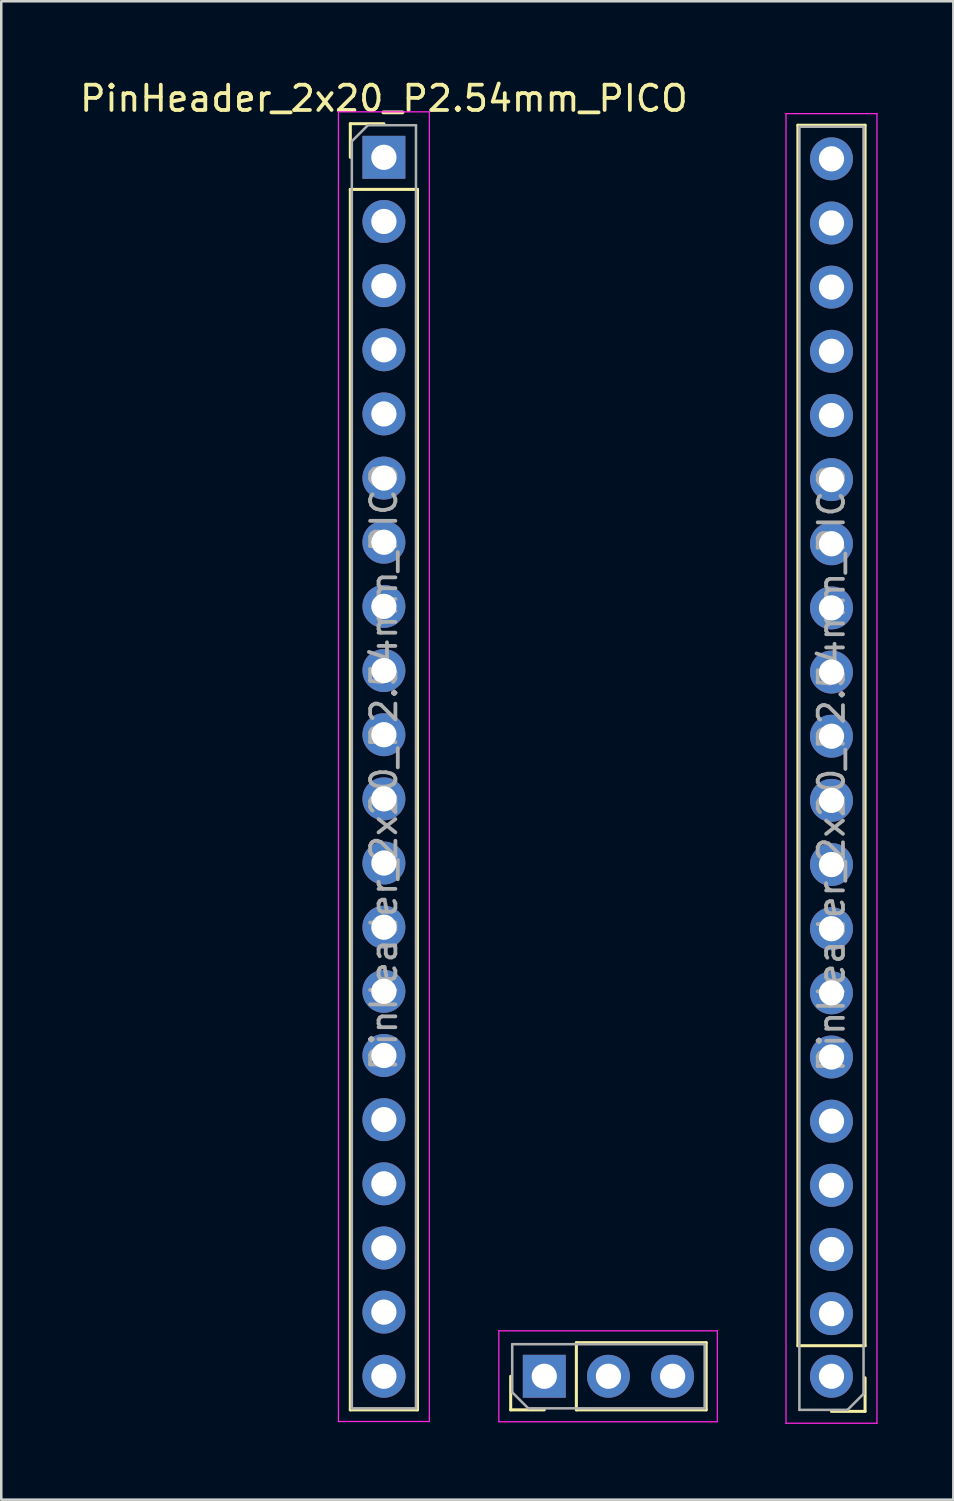
<source format=kicad_pcb>
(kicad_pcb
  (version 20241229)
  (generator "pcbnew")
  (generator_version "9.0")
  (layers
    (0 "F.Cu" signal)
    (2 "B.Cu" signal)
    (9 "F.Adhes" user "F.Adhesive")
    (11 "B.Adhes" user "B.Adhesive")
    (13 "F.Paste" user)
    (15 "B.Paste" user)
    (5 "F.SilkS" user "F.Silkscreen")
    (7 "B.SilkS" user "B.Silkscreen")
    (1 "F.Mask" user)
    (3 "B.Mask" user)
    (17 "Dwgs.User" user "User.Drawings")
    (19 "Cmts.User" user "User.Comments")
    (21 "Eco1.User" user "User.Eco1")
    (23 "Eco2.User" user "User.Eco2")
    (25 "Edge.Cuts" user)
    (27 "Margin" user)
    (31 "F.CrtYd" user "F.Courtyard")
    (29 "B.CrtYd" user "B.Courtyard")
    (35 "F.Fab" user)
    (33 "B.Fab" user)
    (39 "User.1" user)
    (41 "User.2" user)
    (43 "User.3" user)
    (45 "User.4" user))
  (footprint "PinHeader_2x20_P2.54mm_PICO"
    (layer "F.Cu")
    (at 12.149 3.178)
    (property "Reference" "PinHeader_2x20_P2.54mm_PICO" (at 0 -2.33 0) (layer "F.SilkS") (effects (font (size 1 1) (thickness 0.15))))
    (attr through_hole)
    (fp_line (start -1.33 -1.33) (end 0 -1.33) (stroke (width 0.12) (type solid)) (layer "F.SilkS"))
    (fp_line (start -1.33 0) (end -1.33 -1.33) (stroke (width 0.12) (type solid)) (layer "F.SilkS"))
    (fp_line (start -1.33 1.27) (end -1.33 49.59) (stroke (width 0.12) (type solid)) (layer "F.SilkS"))
    (fp_line (start -1.33 1.27) (end 1.33 1.27) (stroke (width 0.12) (type solid)) (layer "F.SilkS"))
    (fp_line (start -1.33 49.59) (end 1.33 49.59) (stroke (width 0.12) (type solid)) (layer "F.SilkS"))
    (fp_line (start 1.33 1.27) (end 1.33 49.59) (stroke (width 0.12) (type solid)) (layer "F.SilkS"))
    (fp_line (start 5.02 49.59) (end 5.02 48.26) (stroke (width 0.12) (type solid)) (layer "F.SilkS"))
    (fp_line (start 6.35 49.59) (end 5.02 49.59) (stroke (width 0.12) (type solid)) (layer "F.SilkS"))
    (fp_line (start 7.62 46.93) (end 12.76 46.93) (stroke (width 0.12) (type solid)) (layer "F.SilkS"))
    (fp_line (start 7.62 49.59) (end 7.62 46.93) (stroke (width 0.12) (type solid)) (layer "F.SilkS"))
    (fp_line (start 7.62 49.59) (end 12.76 49.59) (stroke (width 0.12) (type solid)) (layer "F.SilkS"))
    (fp_line (start 12.76 49.59) (end 12.76 46.93) (stroke (width 0.12) (type solid)) (layer "F.SilkS"))
    (fp_line (start 16.39 47.05) (end 16.39 -1.27) (stroke (width 0.12) (type solid)) (layer "F.SilkS"))
    (fp_line (start 19.05 -1.27) (end 16.39 -1.27) (stroke (width 0.12) (type solid)) (layer "F.SilkS"))
    (fp_line (start 19.05 47.05) (end 16.39 47.05) (stroke (width 0.12) (type solid)) (layer "F.SilkS"))
    (fp_line (start 19.05 47.05) (end 19.05 -1.27) (stroke (width 0.12) (type solid)) (layer "F.SilkS"))
    (fp_line (start 19.05 48.32) (end 19.05 49.65) (stroke (width 0.12) (type solid)) (layer "F.SilkS"))
    (fp_line (start 19.05 49.65) (end 17.72 49.65) (stroke (width 0.12) (type solid)) (layer "F.SilkS"))
    (fp_line (start -1.8 -1.8) (end -1.8 50.05) (stroke (width 0.05) (type solid)) (layer "F.CrtYd"))
    (fp_line (start -1.8 50.05) (end 1.8 50.05) (stroke (width 0.05) (type solid)) (layer "F.CrtYd"))
    (fp_line (start 1.8 -1.8) (end -1.8 -1.8) (stroke (width 0.05) (type solid)) (layer "F.CrtYd"))
    (fp_line (start 1.8 50.05) (end 1.8 -1.8) (stroke (width 0.05) (type solid)) (layer "F.CrtYd"))
    (fp_line (start 4.55 46.46) (end 4.55 50.06) (stroke (width 0.05) (type solid)) (layer "F.CrtYd"))
    (fp_line (start 4.55 50.06) (end 13.2 50.06) (stroke (width 0.05) (type solid)) (layer "F.CrtYd"))
    (fp_line (start 13.2 46.46) (end 4.55 46.46) (stroke (width 0.05) (type solid)) (layer "F.CrtYd"))
    (fp_line (start 13.2 50.06) (end 13.2 46.46) (stroke (width 0.05) (type solid)) (layer "F.CrtYd"))
    (fp_line (start 15.92 -1.73) (end 15.92 50.12) (stroke (width 0.05) (type solid)) (layer "F.CrtYd"))
    (fp_line (start 15.92 50.12) (end 19.52 50.12) (stroke (width 0.05) (type solid)) (layer "F.CrtYd"))
    (fp_line (start 19.52 -1.73) (end 15.92 -1.73) (stroke (width 0.05) (type solid)) (layer "F.CrtYd"))
    (fp_line (start 19.52 50.12) (end 19.52 -1.73) (stroke (width 0.05) (type solid)) (layer "F.CrtYd"))
    (fp_line (start -1.27 -0.635) (end -0.635 -1.27) (stroke (width 0.1) (type solid)) (layer "F.Fab"))
    (fp_line (start -1.27 49.53) (end -1.27 -0.635) (stroke (width 0.1) (type solid)) (layer "F.Fab"))
    (fp_line (start -0.635 -1.27) (end 1.27 -1.27) (stroke (width 0.1) (type solid)) (layer "F.Fab"))
    (fp_line (start 1.27 -1.27) (end 1.27 49.53) (stroke (width 0.1) (type solid)) (layer "F.Fab"))
    (fp_line (start 1.27 49.53) (end -1.27 49.53) (stroke (width 0.1) (type solid)) (layer "F.Fab"))
    (fp_line (start 5.08 46.99) (end 12.7 46.99) (stroke (width 0.1) (type solid)) (layer "F.Fab"))
    (fp_line (start 5.08 48.895) (end 5.08 46.99) (stroke (width 0.1) (type solid)) (layer "F.Fab"))
    (fp_line (start 5.715 49.53) (end 5.08 48.895) (stroke (width 0.1) (type solid)) (layer "F.Fab"))
    (fp_line (start 12.7 46.99) (end 12.7 49.53) (stroke (width 0.1) (type solid)) (layer "F.Fab"))
    (fp_line (start 12.7 49.53) (end 5.715 49.53) (stroke (width 0.1) (type solid)) (layer "F.Fab"))
    (fp_line (start 16.45 -1.21) (end 18.99 -1.21) (stroke (width 0.1) (type solid)) (layer "F.Fab"))
    (fp_line (start 16.45 49.59) (end 16.45 -1.21) (stroke (width 0.1) (type solid)) (layer "F.Fab"))
    (fp_line (start 18.355 49.59) (end 16.45 49.59) (stroke (width 0.1) (type solid)) (layer "F.Fab"))
    (fp_line (start 18.99 -1.21) (end 18.99 48.955) (stroke (width 0.1) (type solid)) (layer "F.Fab"))
    (fp_line (start 18.99 48.955) (end 18.355 49.59) (stroke (width 0.1) (type solid)) (layer "F.Fab"))
    (fp_text user "${REFERENCE}" (at 17.72 24.19 270) (layer "F.Fab") (effects (font (size 1 1) (thickness 0.15))))
    (fp_text user "${REFERENCE}" (at 0 24.13 90) (layer "F.Fab") (effects (font (size 1 1) (thickness 0.15))))
    (pad "1" thru_hole rect (at 0 0) (size 1.7 1.7) (drill 1) (layers "*.Cu" "*.Mask"))
    (pad "2" thru_hole oval (at 0 2.54) (size 1.7 1.7) (drill 1) (layers "*.Cu" "*.Mask"))
    (pad "3" thru_hole oval (at 0 5.08) (size 1.7 1.7) (drill 1) (layers "*.Cu" "*.Mask"))
    (pad "4" thru_hole oval (at 0 7.62) (size 1.7 1.7) (drill 1) (layers "*.Cu" "*.Mask"))
    (pad "5" thru_hole oval (at 0 10.16) (size 1.7 1.7) (drill 1) (layers "*.Cu" "*.Mask"))
    (pad "6" thru_hole oval (at 0 12.7) (size 1.7 1.7) (drill 1) (layers "*.Cu" "*.Mask"))
    (pad "7" thru_hole oval (at 0 15.24) (size 1.7 1.7) (drill 1) (layers "*.Cu" "*.Mask"))
    (pad "8" thru_hole oval (at 0 17.78) (size 1.7 1.7) (drill 1) (layers "*.Cu" "*.Mask"))
    (pad "9" thru_hole oval (at 0 20.32) (size 1.7 1.7) (drill 1) (layers "*.Cu" "*.Mask"))
    (pad "10" thru_hole oval (at 0 22.86) (size 1.7 1.7) (drill 1) (layers "*.Cu" "*.Mask"))
    (pad "11" thru_hole oval (at 0 25.4) (size 1.7 1.7) (drill 1) (layers "*.Cu" "*.Mask"))
    (pad "12" thru_hole oval (at 0 27.94) (size 1.7 1.7) (drill 1) (layers "*.Cu" "*.Mask"))
    (pad "13" thru_hole oval (at 0 30.48) (size 1.7 1.7) (drill 1) (layers "*.Cu" "*.Mask"))
    (pad "14" thru_hole oval (at 0 33.02) (size 1.7 1.7) (drill 1) (layers "*.Cu" "*.Mask"))
    (pad "15" thru_hole oval (at 0 35.56) (size 1.7 1.7) (drill 1) (layers "*.Cu" "*.Mask"))
    (pad "16" thru_hole oval (at 0 38.1) (size 1.7 1.7) (drill 1) (layers "*.Cu" "*.Mask"))
    (pad "17" thru_hole oval (at 0 40.64) (size 1.7 1.7) (drill 1) (layers "*.Cu" "*.Mask"))
    (pad "18" thru_hole oval (at 0 43.18) (size 1.7 1.7) (drill 1) (layers "*.Cu" "*.Mask"))
    (pad "19" thru_hole oval (at 0 45.72) (size 1.7 1.7) (drill 1) (layers "*.Cu" "*.Mask"))
    (pad "20" thru_hole oval (at 0 48.26) (size 1.7 1.7) (drill 1) (layers "*.Cu" "*.Mask"))
    (pad "21" thru_hole oval (at 17.72 48.26 180) (size 1.7 1.7) (drill 1) (layers "*.Cu" "*.Mask"))
    (pad "22" thru_hole oval (at 17.72 45.78 180) (size 1.7 1.7) (drill 1) (layers "*.Cu" "*.Mask"))
    (pad "23" thru_hole oval (at 17.72 43.24 180) (size 1.7 1.7) (drill 1) (layers "*.Cu" "*.Mask"))
    (pad "24" thru_hole oval (at 17.72 40.7 180) (size 1.7 1.7) (drill 1) (layers "*.Cu" "*.Mask"))
    (pad "25" thru_hole oval (at 17.72 38.16 180) (size 1.7 1.7) (drill 1) (layers "*.Cu" "*.Mask"))
    (pad "26" thru_hole oval (at 17.72 35.62 180) (size 1.7 1.7) (drill 1) (layers "*.Cu" "*.Mask"))
    (pad "27" thru_hole oval (at 17.72 33.08 180) (size 1.7 1.7) (drill 1) (layers "*.Cu" "*.Mask"))
    (pad "28" thru_hole oval (at 17.72 30.54 180) (size 1.7 1.7) (drill 1) (layers "*.Cu" "*.Mask"))
    (pad "29" thru_hole oval (at 17.72 28 180) (size 1.7 1.7) (drill 1) (layers "*.Cu" "*.Mask"))
    (pad "30" thru_hole oval (at 17.72 25.46 180) (size 1.7 1.7) (drill 1) (layers "*.Cu" "*.Mask"))
    (pad "31" thru_hole oval (at 17.72 22.92 180) (size 1.7 1.7) (drill 1) (layers "*.Cu" "*.Mask"))
    (pad "32" thru_hole oval (at 17.72 20.38 180) (size 1.7 1.7) (drill 1) (layers "*.Cu" "*.Mask"))
    (pad "33" thru_hole oval (at 17.72 17.84 180) (size 1.7 1.7) (drill 1) (layers "*.Cu" "*.Mask"))
    (pad "34" thru_hole oval (at 17.72 15.3 180) (size 1.7 1.7) (drill 1) (layers "*.Cu" "*.Mask"))
    (pad "35" thru_hole oval (at 17.72 12.76 180) (size 1.7 1.7) (drill 1) (layers "*.Cu" "*.Mask"))
    (pad "36" thru_hole oval (at 17.72 10.22 180) (size 1.7 1.7) (drill 1) (layers "*.Cu" "*.Mask"))
    (pad "37" thru_hole oval (at 17.72 7.68 180) (size 1.7 1.7) (drill 1) (layers "*.Cu" "*.Mask"))
    (pad "38" thru_hole oval (at 17.72 5.14 180) (size 1.7 1.7) (drill 1) (layers "*.Cu" "*.Mask"))
    (pad "39" thru_hole oval (at 17.72 2.6 180) (size 1.7 1.7) (drill 1) (layers "*.Cu" "*.Mask"))
    (pad "40" thru_hole oval (at 17.72 0.06 270) (size 1.7 1.7) (drill 1) (layers "*.Cu" "*.Mask"))
    (pad "41" thru_hole rect (at 6.35 48.26 90) (size 1.7 1.7) (drill 1) (layers "*.Cu" "*.Mask"))
    (pad "42" thru_hole oval (at 8.89 48.26 90) (size 1.7 1.7) (drill 1) (layers "*.Cu" "*.Mask"))
    (pad "43" thru_hole oval (at 11.43 48.26 90) (size 1.7 1.7) (drill 1) (layers "*.Cu" "*.Mask")))
  (gr_rect
    (start -3 -3)
    (end 34.694 56.323)
    (stroke (width 0.1) (type default))
    (fill no)
    (layer "Edge.Cuts")))
</source>
